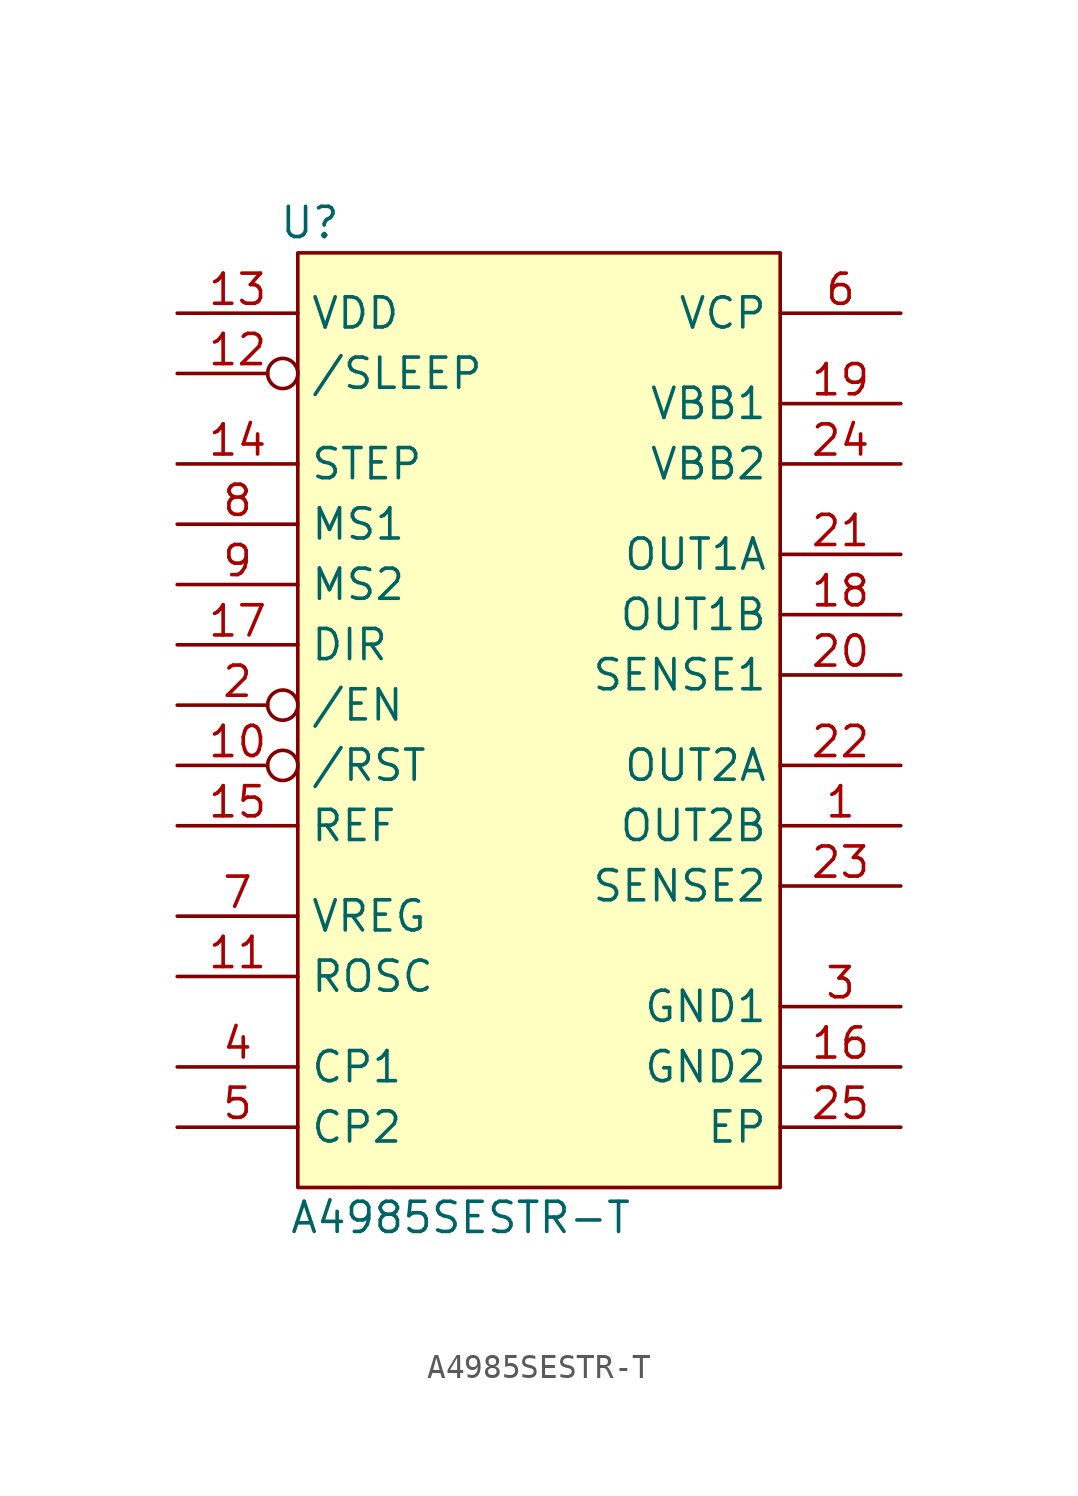
<source format=kicad_sym>
(kicad_symbol_lib
  (version 20241209)
  (generator "kicad_symbol_editor")
  (generator_version "9.0")
  (symbol "A4985SESTR-T"
    (property "Reference" "U"
      (at -9.652 21.59 0)
      (effects (font (size 1.27 1.27))))
    (property "Value" "A4985SESTR-T"
      (at -3.302 -20.32 0)
      (effects (font (size 1.27 1.27))))
    (symbol "A4985SESTR-T_1_1"
      (rectangle (start -10.16 20.32) (end 10.16 -19.05) (stroke (width 0) (type solid)) (fill (type background)))
      (pin power_in line (at -15.24 17.78 0) (length 5.08) (name "VDD" (effects (font (size 1.27 1.27)))) (number "13" (effects (font (size 1.27 1.27)))))
      (pin input inverted (at -15.24 15.24 0) (length 5.08) (name "/SLEEP" (effects (font (size 1.27 1.27)))) (number "12" (effects (font (size 1.27 1.27)))))
      (pin input line (at -15.24 11.43 0) (length 5.08) (name "STEP" (effects (font (size 1.27 1.27)))) (number "14" (effects (font (size 1.27 1.27)))))
      (pin input line (at -15.24 8.89 0) (length 5.08) (name "MS1" (effects (font (size 1.27 1.27)))) (number "8" (effects (font (size 1.27 1.27)))))
      (pin input line (at -15.24 6.35 0) (length 5.08) (name "MS2" (effects (font (size 1.27 1.27)))) (number "9" (effects (font (size 1.27 1.27)))))
      (pin input line (at -15.24 3.81 0) (length 5.08) (name "DIR" (effects (font (size 1.27 1.27)))) (number "17" (effects (font (size 1.27 1.27)))))
      (pin input inverted (at -15.24 1.27 0) (length 5.08) (name "/EN" (effects (font (size 1.27 1.27)))) (number "2" (effects (font (size 1.27 1.27)))))
      (pin input inverted (at -15.24 -1.27 0) (length 5.08) (name "/RST" (effects (font (size 1.27 1.27)))) (number "10" (effects (font (size 1.27 1.27)))))
      (pin input line (at -15.24 -3.81 0) (length 5.08) (name "REF" (effects (font (size 1.27 1.27)))) (number "15" (effects (font (size 1.27 1.27)))))
      (pin passive line (at -15.24 -7.62 0) (length 5.08) (name "VREG" (effects (font (size 1.27 1.27)))) (number "7" (effects (font (size 1.27 1.27)))))
      (pin passive line (at -15.24 -10.16 0) (length 5.08) (name "ROSC" (effects (font (size 1.27 1.27)))) (number "11" (effects (font (size 1.27 1.27)))))
      (pin passive line (at -15.24 -13.97 0) (length 5.08) (name "CP1" (effects (font (size 1.27 1.27)))) (number "4" (effects (font (size 1.27 1.27)))))
      (pin passive line (at -15.24 -16.51 0) (length 5.08) (name "CP2" (effects (font (size 1.27 1.27)))) (number "5" (effects (font (size 1.27 1.27)))))
      (pin passive line (at 15.24 17.78 180) (length 5.08) (name "VCP" (effects (font (size 1.27 1.27)))) (number "6" (effects (font (size 1.27 1.27)))))
      (pin power_in line (at 15.24 13.97 180) (length 5.08) (name "VBB1" (effects (font (size 1.27 1.27)))) (number "19" (effects (font (size 1.27 1.27)))))
      (pin power_in line (at 15.24 11.43 180) (length 5.08) (name "VBB2" (effects (font (size 1.27 1.27)))) (number "24" (effects (font (size 1.27 1.27)))))
      (pin bidirectional line (at 15.24 7.62 180) (length 5.08) (name "OUT1A" (effects (font (size 1.27 1.27)))) (number "21" (effects (font (size 1.27 1.27)))))
      (pin bidirectional line (at 15.24 5.08 180) (length 5.08) (name "OUT1B" (effects (font (size 1.27 1.27)))) (number "18" (effects (font (size 1.27 1.27)))))
      (pin passive line (at 15.24 2.54 180) (length 5.08) (name "SENSE1" (effects (font (size 1.27 1.27)))) (number "20" (effects (font (size 1.27 1.27)))))
      (pin bidirectional line (at 15.24 -1.27 180) (length 5.08) (name "OUT2A" (effects (font (size 1.27 1.27)))) (number "22" (effects (font (size 1.27 1.27)))))
      (pin bidirectional line (at 15.24 -3.81 180) (length 5.08) (name "OUT2B" (effects (font (size 1.27 1.27)))) (number "1" (effects (font (size 1.27 1.27)))))
      (pin passive line (at 15.24 -6.35 180) (length 5.08) (name "SENSE2" (effects (font (size 1.27 1.27)))) (number "23" (effects (font (size 1.27 1.27)))))
      (pin power_in line (at 15.24 -11.43 180) (length 5.08) (name "GND1" (effects (font (size 1.27 1.27)))) (number "3" (effects (font (size 1.27 1.27)))))
      (pin power_in line (at 15.24 -13.97 180) (length 5.08) (name "GND2" (effects (font (size 1.27 1.27)))) (number "16" (effects (font (size 1.27 1.27)))))
      (pin power_in line (at 15.24 -16.51 180) (length 5.08) (name "EP" (effects (font (size 1.27 1.27)))) (number "25" (effects (font (size 1.27 1.27))))))))
</source>
